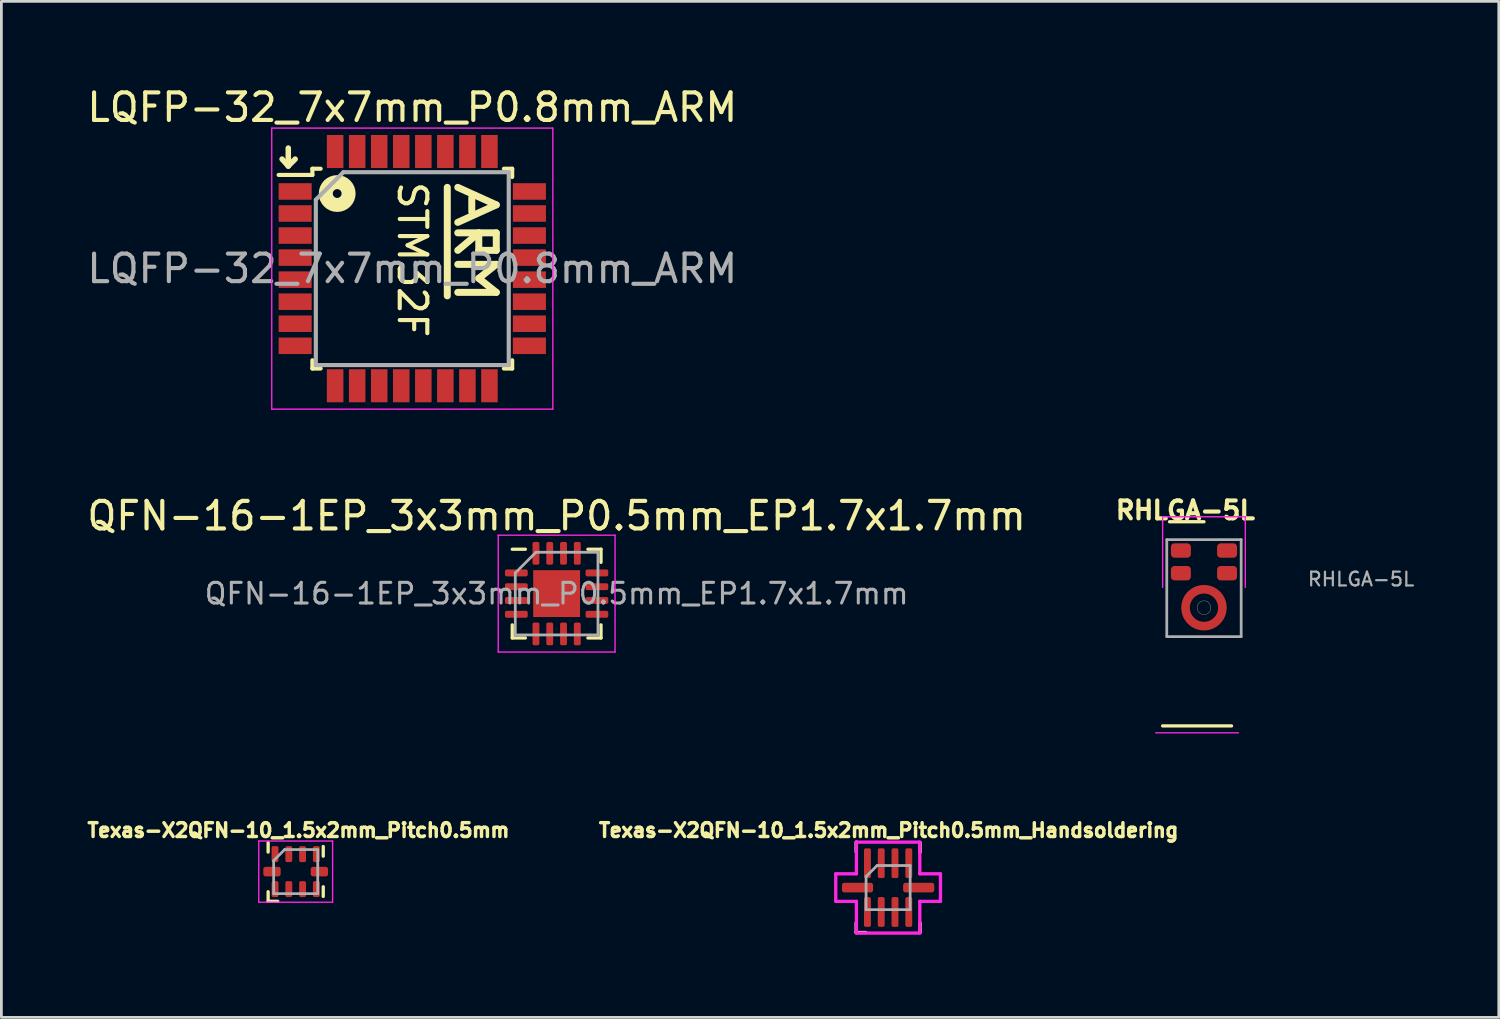
<source format=kicad_pcb>
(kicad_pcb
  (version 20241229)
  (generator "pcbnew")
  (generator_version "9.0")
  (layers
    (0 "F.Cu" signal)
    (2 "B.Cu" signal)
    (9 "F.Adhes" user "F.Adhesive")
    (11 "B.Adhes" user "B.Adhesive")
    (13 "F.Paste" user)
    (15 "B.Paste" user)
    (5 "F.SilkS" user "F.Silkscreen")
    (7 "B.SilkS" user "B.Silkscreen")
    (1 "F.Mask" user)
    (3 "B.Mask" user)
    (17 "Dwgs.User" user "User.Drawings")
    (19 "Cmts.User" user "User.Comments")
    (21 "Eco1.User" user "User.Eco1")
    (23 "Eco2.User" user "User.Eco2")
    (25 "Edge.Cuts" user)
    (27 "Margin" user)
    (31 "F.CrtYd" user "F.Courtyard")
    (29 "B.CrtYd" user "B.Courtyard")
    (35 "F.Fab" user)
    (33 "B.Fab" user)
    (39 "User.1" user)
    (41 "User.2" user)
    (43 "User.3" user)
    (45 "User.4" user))
  (footprint "LQFP-32_7x7mm_P0.8mm_ARM"
    (layer "F.Cu")
    (at 11.911 6.698)
    (property "Reference" "LQFP-32_7x7mm_P0.8mm_ARM" (at 0 -5.85 0) (layer "F.SilkS") (effects (font (size 1 1) (thickness 0.15))))
    (attr smd)
    (fp_line (start -4.5 -4.375) (end -4.5 -3.725) (stroke (width 0.2) (type solid)) (layer "F.SilkS"))
    (fp_line (start -4.5 -3.725) (end -4.725 -3.975) (stroke (width 0.2) (type solid)) (layer "F.SilkS"))
    (fp_line (start -4.5 -3.725) (end -4.25 -3.975) (stroke (width 0.2) (type solid)) (layer "F.SilkS"))
    (fp_line (start -3.625 -3.625) (end -3.625 -3.4) (stroke (width 0.15) (type solid)) (layer "F.SilkS"))
    (fp_line (start -3.625 -3.625) (end -3.325 -3.625) (stroke (width 0.15) (type solid)) (layer "F.SilkS"))
    (fp_line (start -3.625 -3.4) (end -4.85 -3.4) (stroke (width 0.15) (type solid)) (layer "F.SilkS"))
    (fp_line (start -3.625 3.625) (end -3.625 3.325) (stroke (width 0.15) (type solid)) (layer "F.SilkS"))
    (fp_line (start -3.625 3.625) (end -3.325 3.625) (stroke (width 0.15) (type solid)) (layer "F.SilkS"))
    (fp_line (start 1.27 -2.949) (end 1.27 0.988) (stroke (width 0.254) (type solid)) (layer "F.SilkS"))
    (fp_line (start 1.651 -2.949) (end 3.048 -2.314) (stroke (width 0.254) (type solid)) (layer "F.SilkS"))
    (fp_line (start 1.651 -1.298) (end 3.048 -1.298) (stroke (width 0.254) (type solid)) (layer "F.SilkS"))
    (fp_line (start 1.651 -0.155) (end 3.048 -0.155) (stroke (width 0.254) (type solid)) (layer "F.SilkS"))
    (fp_line (start 2.159 -2.568) (end 2.159 -2.06) (stroke (width 0.254) (type solid)) (layer "F.SilkS"))
    (fp_line (start 2.413 -1.298) (end 1.651 -0.663) (stroke (width 0.254) (type solid)) (layer "F.SilkS"))
    (fp_line (start 2.413 -0.663) (end 2.413 -1.298) (stroke (width 0.254) (type solid)) (layer "F.SilkS"))
    (fp_line (start 2.413 0.353) (end 3.048 0.861) (stroke (width 0.254) (type solid)) (layer "F.SilkS"))
    (fp_line (start 3.048 -2.314) (end 1.651 -1.679) (stroke (width 0.254) (type solid)) (layer "F.SilkS"))
    (fp_line (start 3.048 -1.298) (end 3.048 -0.663) (stroke (width 0.254) (type solid)) (layer "F.SilkS"))
    (fp_line (start 3.048 -0.663) (end 2.413 -0.663) (stroke (width 0.254) (type solid)) (layer "F.SilkS"))
    (fp_line (start 3.048 -0.155) (end 2.413 0.353) (stroke (width 0.254) (type solid)) (layer "F.SilkS"))
    (fp_line (start 3.048 0.861) (end 1.651 0.861) (stroke (width 0.254) (type solid)) (layer "F.SilkS"))
    (fp_line (start 3.625 -3.625) (end 3.325 -3.625) (stroke (width 0.15) (type solid)) (layer "F.SilkS"))
    (fp_line (start 3.625 -3.625) (end 3.625 -3.325) (stroke (width 0.15) (type solid)) (layer "F.SilkS"))
    (fp_line (start 3.625 3.625) (end 3.325 3.625) (stroke (width 0.15) (type solid)) (layer "F.SilkS"))
    (fp_line (start 3.625 3.625) (end 3.625 3.325) (stroke (width 0.15) (type solid)) (layer "F.SilkS"))
    (fp_circle (center -2.725 -2.725) (end -2.6 -2.625) (stroke (width 0.508) (type solid)) (fill no) (layer "F.SilkS"))
    (fp_line (start -5.1 -5.1) (end -5.1 5.1) (stroke (width 0.05) (type solid)) (layer "F.CrtYd"))
    (fp_line (start -5.1 -5.1) (end 5.1 -5.1) (stroke (width 0.05) (type solid)) (layer "F.CrtYd"))
    (fp_line (start -5.1 5.1) (end 5.1 5.1) (stroke (width 0.05) (type solid)) (layer "F.CrtYd"))
    (fp_line (start 5.1 -5.1) (end 5.1 5.1) (stroke (width 0.05) (type solid)) (layer "F.CrtYd"))
    (fp_line (start -3.5 -2.5) (end -2.5 -3.5) (stroke (width 0.15) (type solid)) (layer "F.Fab"))
    (fp_line (start -3.5 3.5) (end -3.5 -2.5) (stroke (width 0.15) (type solid)) (layer "F.Fab"))
    (fp_line (start -2.5 -3.5) (end 3.5 -3.5) (stroke (width 0.15) (type solid)) (layer "F.Fab"))
    (fp_line (start 3.5 -3.5) (end 3.5 3.5) (stroke (width 0.15) (type solid)) (layer "F.Fab"))
    (fp_line (start 3.5 3.5) (end -3.5 3.5) (stroke (width 0.15) (type solid)) (layer "F.Fab"))
    (fp_text user "STM32F" (at 0 -0.325 270) (unlocked yes) (layer "F.SilkS") (effects (font (size 1 1) (thickness 0.15))))
    (fp_text user "${REFERENCE}" (at 0 0 0) (layer "F.Fab") (effects (font (size 1 1) (thickness 0.15))))
    (pad "1" smd rect (at -4.25 -2.8) (size 1.2 0.6) (layers "F.Cu" "F.Mask" "F.Paste"))
    (pad "2" smd rect (at -4.25 -2) (size 1.2 0.6) (layers "F.Cu" "F.Mask" "F.Paste"))
    (pad "3" smd rect (at -4.25 -1.2) (size 1.2 0.6) (layers "F.Cu" "F.Mask" "F.Paste"))
    (pad "4" smd rect (at -4.25 -0.4) (size 1.2 0.6) (layers "F.Cu" "F.Mask" "F.Paste"))
    (pad "5" smd rect (at -4.25 0.4) (size 1.2 0.6) (layers "F.Cu" "F.Mask" "F.Paste"))
    (pad "6" smd rect (at -4.25 1.2) (size 1.2 0.6) (layers "F.Cu" "F.Mask" "F.Paste"))
    (pad "7" smd rect (at -4.25 2) (size 1.2 0.6) (layers "F.Cu" "F.Mask" "F.Paste"))
    (pad "8" smd rect (at -4.25 2.8) (size 1.2 0.6) (layers "F.Cu" "F.Mask" "F.Paste"))
    (pad "9" smd rect (at -2.8 4.25 90) (size 1.2 0.6) (layers "F.Cu" "F.Mask" "F.Paste"))
    (pad "10" smd rect (at -2 4.25 90) (size 1.2 0.6) (layers "F.Cu" "F.Mask" "F.Paste"))
    (pad "11" smd rect (at -1.2 4.25 90) (size 1.2 0.6) (layers "F.Cu" "F.Mask" "F.Paste"))
    (pad "12" smd rect (at -0.4 4.25 90) (size 1.2 0.6) (layers "F.Cu" "F.Mask" "F.Paste"))
    (pad "13" smd rect (at 0.4 4.25 90) (size 1.2 0.6) (layers "F.Cu" "F.Mask" "F.Paste"))
    (pad "14" smd rect (at 1.2 4.25 90) (size 1.2 0.6) (layers "F.Cu" "F.Mask" "F.Paste"))
    (pad "15" smd rect (at 2 4.25 90) (size 1.2 0.6) (layers "F.Cu" "F.Mask" "F.Paste"))
    (pad "16" smd rect (at 2.8 4.25 90) (size 1.2 0.6) (layers "F.Cu" "F.Mask" "F.Paste"))
    (pad "17" smd rect (at 4.25 2.8) (size 1.2 0.6) (layers "F.Cu" "F.Mask" "F.Paste"))
    (pad "18" smd rect (at 4.25 2) (size 1.2 0.6) (layers "F.Cu" "F.Mask" "F.Paste"))
    (pad "19" smd rect (at 4.25 1.2) (size 1.2 0.6) (layers "F.Cu" "F.Mask" "F.Paste"))
    (pad "20" smd rect (at 4.25 0.4) (size 1.2 0.6) (layers "F.Cu" "F.Mask" "F.Paste"))
    (pad "21" smd rect (at 4.25 -0.4) (size 1.2 0.6) (layers "F.Cu" "F.Mask" "F.Paste"))
    (pad "22" smd rect (at 4.25 -1.2) (size 1.2 0.6) (layers "F.Cu" "F.Mask" "F.Paste"))
    (pad "23" smd rect (at 4.25 -2) (size 1.2 0.6) (layers "F.Cu" "F.Mask" "F.Paste"))
    (pad "24" smd rect (at 4.25 -2.8) (size 1.2 0.6) (layers "F.Cu" "F.Mask" "F.Paste"))
    (pad "25" smd rect (at 2.8 -4.25 90) (size 1.2 0.6) (layers "F.Cu" "F.Mask" "F.Paste"))
    (pad "26" smd rect (at 2 -4.25 90) (size 1.2 0.6) (layers "F.Cu" "F.Mask" "F.Paste"))
    (pad "27" smd rect (at 1.2 -4.25 90) (size 1.2 0.6) (layers "F.Cu" "F.Mask" "F.Paste"))
    (pad "28" smd rect (at 0.4 -4.25 90) (size 1.2 0.6) (layers "F.Cu" "F.Mask" "F.Paste"))
    (pad "29" smd rect (at -0.4 -4.25 90) (size 1.2 0.6) (layers "F.Cu" "F.Mask" "F.Paste"))
    (pad "30" smd rect (at -1.2 -4.25 90) (size 1.2 0.6) (layers "F.Cu" "F.Mask" "F.Paste"))
    (pad "31" smd rect (at -2 -4.25 90) (size 1.2 0.6) (layers "F.Cu" "F.Mask" "F.Paste"))
    (pad "32" smd rect (at -2.8 -4.25 90) (size 1.2 0.6) (layers "F.Cu" "F.Mask" "F.Paste")))
  (footprint "Texas-X2QFN-10_1.5x2mm_Pitch0.5mm"
    (layer "F.Cu")
    (at 7.68 28.579)
    (property "Reference" "Texas-X2QFN-10_1.5x2mm_Pitch0.5mm" (at 0.1 -1.5 0) (layer "F.SilkS") (effects (font (size 0.5 0.5) (thickness 0.125))))
    (attr smd)
    (fp_line (start -1 -0.71) (end -1 -1.06) (stroke (width 0.12) (type solid)) (layer "F.SilkS"))
    (fp_line (start -1 1.079) (end -1 0.73) (stroke (width 0.12) (type solid)) (layer "F.SilkS"))
    (fp_line (start -0.65 1.079) (end -1 1.079) (stroke (width 0.12) (type solid)) (layer "F.SilkS"))
    (fp_line (start 1 -0.91) (end 1 -0.56) (stroke (width 0.12) (type solid)) (layer "F.SilkS"))
    (fp_line (start 1 0.9) (end 1 0.55) (stroke (width 0.12) (type solid)) (layer "F.SilkS"))
    (fp_line (start -1.34 -1.11) (end -1.34 1.11) (stroke (width 0.05) (type solid)) (layer "F.CrtYd"))
    (fp_line (start -1.34 1.11) (end 1.34 1.11) (stroke (width 0.05) (type solid)) (layer "F.CrtYd"))
    (fp_line (start 1.34 -1.11) (end -1.34 -1.11) (stroke (width 0.05) (type solid)) (layer "F.CrtYd"))
    (fp_line (start 1.34 1.11) (end 1.34 -1.11) (stroke (width 0.05) (type solid)) (layer "F.CrtYd"))
    (fp_line (start -0.8 -0.4) (end -0.4 -0.8) (stroke (width 0.1) (type solid)) (layer "F.Fab"))
    (fp_line (start -0.8 0.8) (end -0.8 -0.4) (stroke (width 0.1) (type solid)) (layer "F.Fab"))
    (fp_line (start -0.4 -0.8) (end 0.8 -0.8) (stroke (width 0.1) (type solid)) (layer "F.Fab"))
    (fp_line (start 0.8 -0.8) (end 0.8 0.8) (stroke (width 0.1) (type solid)) (layer "F.Fab"))
    (fp_line (start 0.8 0.8) (end -0.8 0.8) (stroke (width 0.1) (type solid)) (layer "F.Fab"))
    (pad "1" smd roundrect (at -0.75 0.635) (size 0.25 0.58) (layers "F.Cu" "F.Mask" "F.Paste") (roundrect_rratio 0.25))
    (pad "2" smd roundrect (at -0.25 0.635) (size 0.25 0.58) (layers "F.Cu" "F.Mask" "F.Paste") (roundrect_rratio 0.25))
    (pad "3" smd roundrect (at 0.25 0.635) (size 0.25 0.58) (layers "F.Cu" "F.Mask" "F.Paste") (roundrect_rratio 0.25))
    (pad "4" smd roundrect (at 0.75 0.635) (size 0.25 0.58) (layers "F.Cu" "F.Mask" "F.Paste") (roundrect_rratio 0.25))
    (pad "5" smd roundrect (at 0.86 0) (size 0.63 0.35) (layers "F.Cu" "F.Mask" "F.Paste") (roundrect_rratio 0.25))
    (pad "6" smd roundrect (at 0.75 -0.635) (size 0.25 0.58) (layers "F.Cu" "F.Mask" "F.Paste") (roundrect_rratio 0.25))
    (pad "7" smd roundrect (at 0.25 -0.635) (size 0.25 0.58) (layers "F.Cu" "F.Mask" "F.Paste") (roundrect_rratio 0.25))
    (pad "8" smd roundrect (at -0.25 -0.635) (size 0.25 0.58) (layers "F.Cu" "F.Mask" "F.Paste") (roundrect_rratio 0.25))
    (pad "9" smd roundrect (at -0.75 -0.635) (size 0.25 0.58) (layers "F.Cu" "F.Mask" "F.Paste") (roundrect_rratio 0.25))
    (pad "10" smd roundrect (at -0.86 0) (size 0.63 0.35) (layers "F.Cu" "F.Mask" "F.Paste") (roundrect_rratio 0.25)))
  (footprint "RHLGA-5L"
    (layer "F.Cu")
    (at 40.64 18.292)
    (property "Reference" "RHLGA-5L" (at -0.675 -2.825 0) (layer "F.SilkS") (effects (font (size 0.65 0.65) (thickness 0.15))))
    (attr smd)
    (fp_circle (center 0 0.71) (end 0.669 0.71) (stroke (width 0.312) (type solid)) (fill no) (layer "F.Cu"))
    (fp_line (start -1.5 5) (end 1 5) (stroke (width 0.12) (type solid)) (layer "F.SilkS"))
    (fp_line (start -1.25 -2.409) (end 0 -2.409) (stroke (width 0.12) (type solid)) (layer "F.SilkS"))
    (fp_circle (center 0 0.71) (end 0.25 0.71) (stroke (width 0.01) (type solid)) (fill no) (layer "Edge.Cuts"))
    (fp_line (start -1.75 5.25) (end 1.25 5.25) (stroke (width 0.05) (type solid)) (layer "F.CrtYd"))
    (fp_line (start -1.5 -2.589) (end -1.5 -0.029) (stroke (width 0.05) (type solid)) (layer "F.CrtYd"))
    (fp_line (start 1.5 -2.589) (end -1.5 -2.589) (stroke (width 0.05) (type solid)) (layer "F.CrtYd"))
    (fp_line (start 1.5 -0.029) (end 1.5 -2.589) (stroke (width 0.05) (type solid)) (layer "F.CrtYd"))
    (fp_line (start -1.35 -1.76) (end -1.35 1.76) (stroke (width 0.1) (type solid)) (layer "F.Fab"))
    (fp_line (start -1.35 -1.76) (end 1.35 -1.76) (stroke (width 0.1) (type solid)) (layer "F.Fab"))
    (fp_line (start 1.35 -1.76) (end 1.35 1.76) (stroke (width 0.1) (type solid)) (layer "F.Fab"))
    (fp_line (start 1.35 1.76) (end -1.35 1.76) (stroke (width 0.1) (type solid)) (layer "F.Fab"))
    (fp_text user "${REFERENCE}" (at 5.7 -0.325 0) (layer "F.Fab") (effects (font (size 0.5 0.5) (thickness 0.08))))
    (pad "1" smd roundrect (at -0.838 -1.364 180) (size 0.725 0.522) (layers "F.Cu" "F.Mask") (roundrect_rratio 0.25))
    (pad "2" smd roundrect (at -0.838 -0.542 180) (size 0.725 0.522) (layers "F.Cu" "F.Mask") (roundrect_rratio 0.25))
    (pad "4" smd roundrect (at 0.838 -0.542 180) (size 0.725 0.522) (layers "F.Cu" "F.Mask") (roundrect_rratio 0.25))
    (pad "5" smd roundrect (at 0.838 -1.364 180) (size 0.725 0.522) (layers "F.Cu" "F.Mask") (roundrect_rratio 0.25)))
  (footprint "Texas-X2QFN-10_1.5x2mm_Pitch0.5mm_Handsoldering"
    (layer "F.Cu")
    (at 29.178 29.159)
    (property "Reference" "Texas-X2QFN-10_1.5x2mm_Pitch0.5mm_Handsoldering" (at 0.02 -2.08 0) (layer "F.SilkS") (effects (font (size 0.5 0.5) (thickness 0.125))))
    (attr smd)
    (fp_line (start -1.16 -1.3) (end -1.16 -1.65) (stroke (width 0.12) (type solid)) (layer "F.SilkS"))
    (fp_line (start -1.16 1.63) (end -1.16 1.28) (stroke (width 0.12) (type solid)) (layer "F.SilkS"))
    (fp_line (start -0.81 1.63) (end -1.16 1.63) (stroke (width 0.12) (type solid)) (layer "F.SilkS"))
    (fp_line (start 1.16 -1.63) (end 1.16 -1.28) (stroke (width 0.12) (type solid)) (layer "F.SilkS"))
    (fp_line (start 1.16 1.63) (end 1.16 1.28) (stroke (width 0.12) (type solid)) (layer "F.SilkS"))
    (fp_line (start -1.9 -0.5) (end -1.16 -0.5) (stroke (width 0.12) (type solid)) (layer "F.CrtYd"))
    (fp_line (start -1.9 0.5) (end -1.9 -0.5) (stroke (width 0.12) (type solid)) (layer "F.CrtYd"))
    (fp_line (start -1.15 -1.65) (end 1.15 -1.65) (stroke (width 0.12) (type solid)) (layer "F.CrtYd"))
    (fp_line (start -1.15 -0.5) (end -1.15 -1.65) (stroke (width 0.12) (type solid)) (layer "F.CrtYd"))
    (fp_line (start -1.15 0.5) (end -1.9 0.5) (stroke (width 0.12) (type solid)) (layer "F.CrtYd"))
    (fp_line (start -1.15 1.65) (end -1.15 0.5) (stroke (width 0.12) (type solid)) (layer "F.CrtYd"))
    (fp_line (start 1.15 -1.65) (end 1.15 -0.5) (stroke (width 0.12) (type solid)) (layer "F.CrtYd"))
    (fp_line (start 1.15 -0.5) (end 1.9 -0.5) (stroke (width 0.12) (type solid)) (layer "F.CrtYd"))
    (fp_line (start 1.15 0.5) (end 1.15 1.65) (stroke (width 0.12) (type solid)) (layer "F.CrtYd"))
    (fp_line (start 1.15 1.65) (end -1.15 1.65) (stroke (width 0.12) (type solid)) (layer "F.CrtYd"))
    (fp_line (start 1.9 -0.5) (end 1.9 0.5) (stroke (width 0.12) (type solid)) (layer "F.CrtYd"))
    (fp_line (start 1.9 0.5) (end 1.15 0.5) (stroke (width 0.12) (type solid)) (layer "F.CrtYd"))
    (fp_line (start -0.8 -0.4) (end -0.4 -0.8) (stroke (width 0.1) (type solid)) (layer "F.Fab"))
    (fp_line (start -0.8 0.8) (end -0.8 -0.4) (stroke (width 0.1) (type solid)) (layer "F.Fab"))
    (fp_line (start -0.4 -0.8) (end 0.8 -0.8) (stroke (width 0.1) (type solid)) (layer "F.Fab"))
    (fp_line (start 0.8 -0.8) (end 0.8 0.8) (stroke (width 0.1) (type solid)) (layer "F.Fab"))
    (fp_line (start 0.8 0.8) (end -0.8 0.8) (stroke (width 0.1) (type solid)) (layer "F.Fab"))
    (pad "1" smd roundrect (at -0.75 0.885) (size 0.25 1.08) (layers "F.Cu" "F.Mask" "F.Paste") (roundrect_rratio 0.25))
    (pad "2" smd roundrect (at -0.25 0.885) (size 0.25 1.08) (layers "F.Cu" "F.Mask" "F.Paste") (roundrect_rratio 0.25))
    (pad "3" smd roundrect (at 0.25 0.885) (size 0.25 1.08) (layers "F.Cu" "F.Mask" "F.Paste") (roundrect_rratio 0.25))
    (pad "4" smd roundrect (at 0.75 0.885) (size 0.25 1.08) (layers "F.Cu" "F.Mask" "F.Paste") (roundrect_rratio 0.25))
    (pad "5" smd roundrect (at 1.11 0) (size 1.13 0.35) (layers "F.Cu" "F.Mask" "F.Paste") (roundrect_rratio 0.25))
    (pad "6" smd roundrect (at 0.75 -0.885) (size 0.25 1.08) (layers "F.Cu" "F.Mask" "F.Paste") (roundrect_rratio 0.25))
    (pad "7" smd roundrect (at 0.25 -0.885) (size 0.25 1.08) (layers "F.Cu" "F.Mask" "F.Paste") (roundrect_rratio 0.25))
    (pad "8" smd roundrect (at -0.25 -0.885) (size 0.25 1.08) (layers "F.Cu" "F.Mask" "F.Paste") (roundrect_rratio 0.25))
    (pad "9" smd roundrect (at -0.75 -0.885) (size 0.25 1.08) (layers "F.Cu" "F.Mask" "F.Paste") (roundrect_rratio 0.25))
    (pad "10" smd roundrect (at -1.11 0) (size 1.13 0.35) (layers "F.Cu" "F.Mask" "F.Paste") (roundrect_rratio 0.25)))
  (footprint "QFN-16-1EP_3x3mm_P0.5mm_EP1.7x1.7mm"
    (layer "F.Cu")
    (at 17.149 18.491)
    (property "Reference" "QFN-16-1EP_3x3mm_P0.5mm_EP1.7x1.7mm" (at 0 -2.82 0) (layer "F.SilkS") (effects (font (size 1 1) (thickness 0.15))))
    (attr smd)
    (fp_line (start -1.61 1.61) (end -1.61 1.135) (stroke (width 0.12) (type solid)) (layer "F.SilkS"))
    (fp_line (start -1.135 -1.61) (end -1.61 -1.61) (stroke (width 0.12) (type solid)) (layer "F.SilkS"))
    (fp_line (start -1.135 1.61) (end -1.61 1.61) (stroke (width 0.12) (type solid)) (layer "F.SilkS"))
    (fp_line (start 1.135 -1.61) (end 1.61 -1.61) (stroke (width 0.12) (type solid)) (layer "F.SilkS"))
    (fp_line (start 1.135 1.61) (end 1.61 1.61) (stroke (width 0.12) (type solid)) (layer "F.SilkS"))
    (fp_line (start 1.61 -1.61) (end 1.61 -1.135) (stroke (width 0.12) (type solid)) (layer "F.SilkS"))
    (fp_line (start 1.61 1.61) (end 1.61 1.135) (stroke (width 0.12) (type solid)) (layer "F.SilkS"))
    (fp_line (start -2.12 -2.12) (end -2.12 2.12) (stroke (width 0.05) (type solid)) (layer "F.CrtYd"))
    (fp_line (start -2.12 2.12) (end 2.12 2.12) (stroke (width 0.05) (type solid)) (layer "F.CrtYd"))
    (fp_line (start 2.12 -2.12) (end -2.12 -2.12) (stroke (width 0.05) (type solid)) (layer "F.CrtYd"))
    (fp_line (start 2.12 2.12) (end 2.12 -2.12) (stroke (width 0.05) (type solid)) (layer "F.CrtYd"))
    (fp_line (start -1.5 -0.75) (end -0.75 -1.5) (stroke (width 0.1) (type solid)) (layer "F.Fab"))
    (fp_line (start -1.5 1.5) (end -1.5 -0.75) (stroke (width 0.1) (type solid)) (layer "F.Fab"))
    (fp_line (start -0.75 -1.5) (end 1.5 -1.5) (stroke (width 0.1) (type solid)) (layer "F.Fab"))
    (fp_line (start 1.5 -1.5) (end 1.5 1.5) (stroke (width 0.1) (type solid)) (layer "F.Fab"))
    (fp_line (start 1.5 1.5) (end -1.5 1.5) (stroke (width 0.1) (type solid)) (layer "F.Fab"))
    (fp_text user "${REFERENCE}" (at 0 0 0) (layer "F.Fab") (effects (font (size 0.75 0.75) (thickness 0.11))))
    (pad "" smd roundrect (at -0.425 -0.425) (size 0.69 0.69) (layers "F.Paste") (roundrect_rratio 0.25))
    (pad "" smd roundrect (at -0.425 0.425) (size 0.69 0.69) (layers "F.Paste") (roundrect_rratio 0.25))
    (pad "" smd roundrect (at 0.425 -0.425) (size 0.69 0.69) (layers "F.Paste") (roundrect_rratio 0.25))
    (pad "" smd roundrect (at 0.425 0.425) (size 0.69 0.69) (layers "F.Paste") (roundrect_rratio 0.25))
    (pad "1" smd roundrect (at -1.462 -0.75) (size 0.825 0.25) (layers "F.Cu" "F.Mask" "F.Paste") (roundrect_rratio 0.25))
    (pad "2" smd roundrect (at -1.462 -0.25) (size 0.825 0.25) (layers "F.Cu" "F.Mask" "F.Paste") (roundrect_rratio 0.25))
    (pad "3" smd roundrect (at -1.462 0.25) (size 0.825 0.25) (layers "F.Cu" "F.Mask" "F.Paste") (roundrect_rratio 0.25))
    (pad "4" smd roundrect (at -1.462 0.75) (size 0.825 0.25) (layers "F.Cu" "F.Mask" "F.Paste") (roundrect_rratio 0.25))
    (pad "5" smd roundrect (at -0.75 1.462) (size 0.25 0.825) (layers "F.Cu" "F.Mask" "F.Paste") (roundrect_rratio 0.25))
    (pad "6" smd roundrect (at -0.25 1.462) (size 0.25 0.825) (layers "F.Cu" "F.Mask" "F.Paste") (roundrect_rratio 0.25))
    (pad "7" smd roundrect (at 0.25 1.462) (size 0.25 0.825) (layers "F.Cu" "F.Mask" "F.Paste") (roundrect_rratio 0.25))
    (pad "8" smd roundrect (at 0.75 1.462) (size 0.25 0.825) (layers "F.Cu" "F.Mask" "F.Paste") (roundrect_rratio 0.25))
    (pad "9" smd roundrect (at 1.462 0.75) (size 0.825 0.25) (layers "F.Cu" "F.Mask" "F.Paste") (roundrect_rratio 0.25))
    (pad "10" smd roundrect (at 1.462 0.25) (size 0.825 0.25) (layers "F.Cu" "F.Mask" "F.Paste") (roundrect_rratio 0.25))
    (pad "11" smd roundrect (at 1.462 -0.25) (size 0.825 0.25) (layers "F.Cu" "F.Mask" "F.Paste") (roundrect_rratio 0.25))
    (pad "12" smd roundrect (at 1.462 -0.75) (size 0.825 0.25) (layers "F.Cu" "F.Mask" "F.Paste") (roundrect_rratio 0.25))
    (pad "13" smd roundrect (at 0.75 -1.462) (size 0.25 0.825) (layers "F.Cu" "F.Mask" "F.Paste") (roundrect_rratio 0.25))
    (pad "14" smd roundrect (at 0.25 -1.462) (size 0.25 0.825) (layers "F.Cu" "F.Mask" "F.Paste") (roundrect_rratio 0.25))
    (pad "15" smd roundrect (at -0.25 -1.462) (size 0.25 0.825) (layers "F.Cu" "F.Mask" "F.Paste") (roundrect_rratio 0.25))
    (pad "16" smd roundrect (at -0.75 -1.462) (size 0.25 0.825) (layers "F.Cu" "F.Mask" "F.Paste") (roundrect_rratio 0.25))
    (pad "17" smd rect (at 0 0) (size 1.7 1.7) (layers "F.Cu" "F.Mask")))
  (gr_rect
    (start -3 -3)
    (end 51.338 33.869)
    (stroke (width 0.1) (type default))
    (fill no)
    (layer "Edge.Cuts")))
</source>
